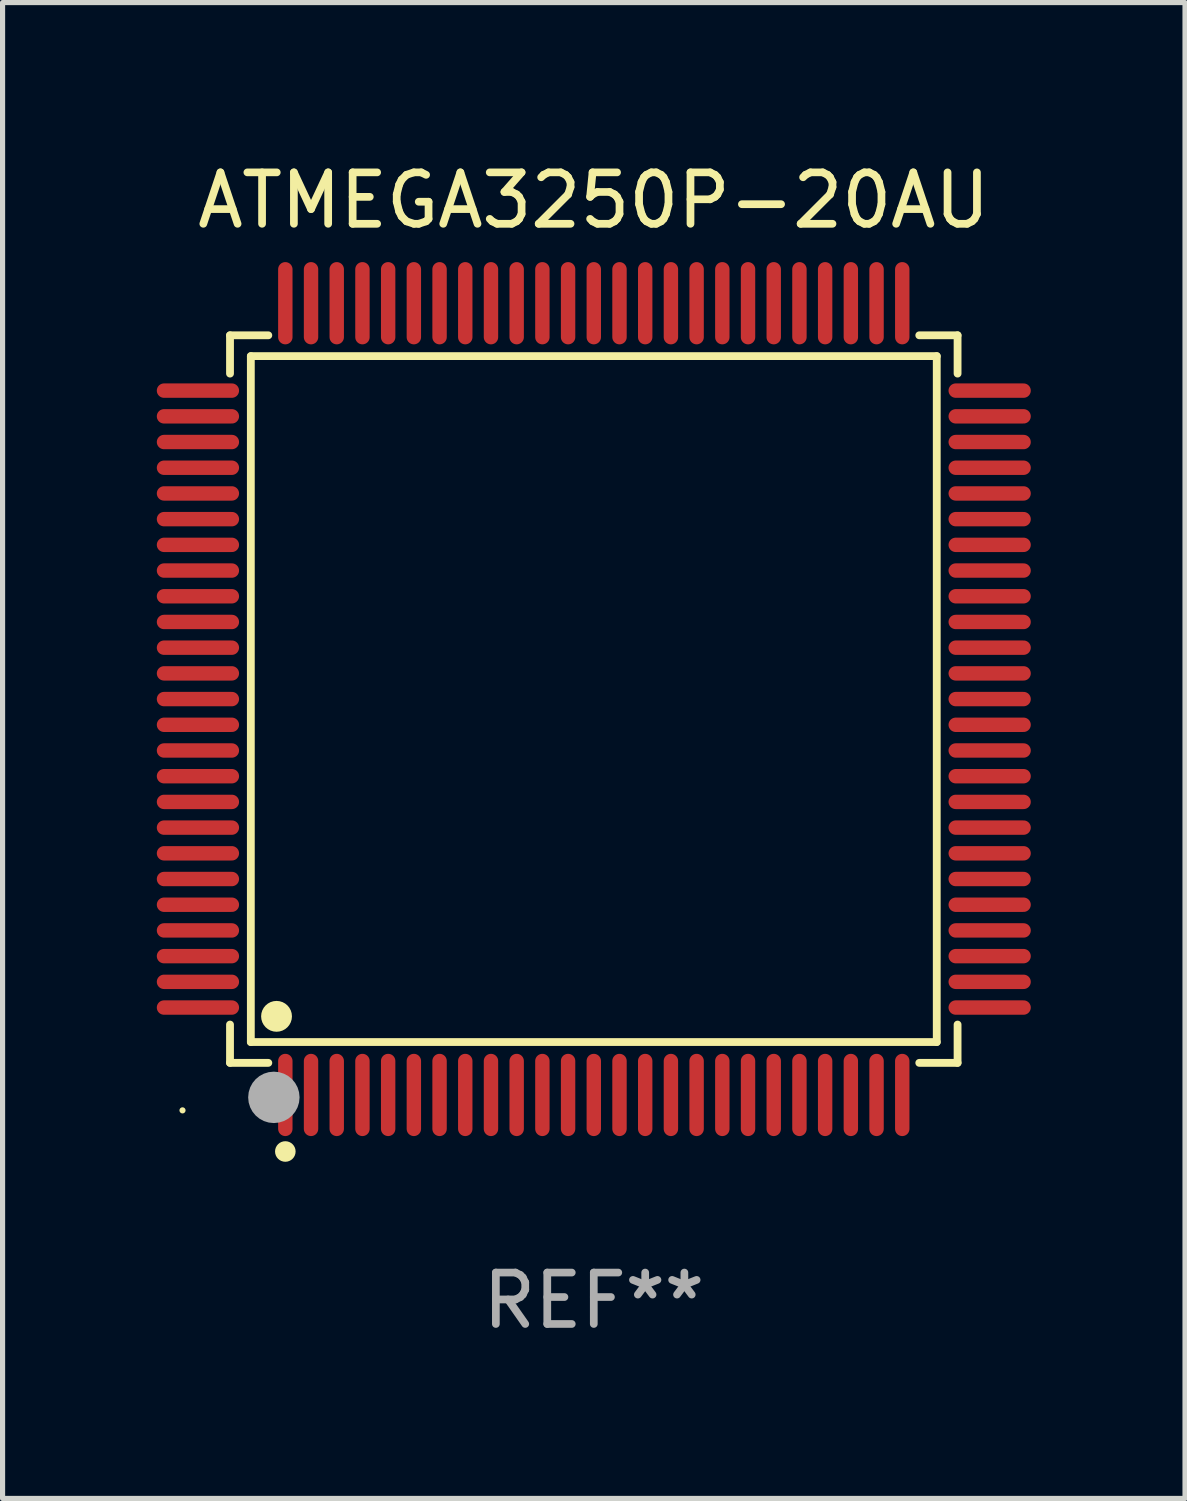
<source format=kicad_pcb>
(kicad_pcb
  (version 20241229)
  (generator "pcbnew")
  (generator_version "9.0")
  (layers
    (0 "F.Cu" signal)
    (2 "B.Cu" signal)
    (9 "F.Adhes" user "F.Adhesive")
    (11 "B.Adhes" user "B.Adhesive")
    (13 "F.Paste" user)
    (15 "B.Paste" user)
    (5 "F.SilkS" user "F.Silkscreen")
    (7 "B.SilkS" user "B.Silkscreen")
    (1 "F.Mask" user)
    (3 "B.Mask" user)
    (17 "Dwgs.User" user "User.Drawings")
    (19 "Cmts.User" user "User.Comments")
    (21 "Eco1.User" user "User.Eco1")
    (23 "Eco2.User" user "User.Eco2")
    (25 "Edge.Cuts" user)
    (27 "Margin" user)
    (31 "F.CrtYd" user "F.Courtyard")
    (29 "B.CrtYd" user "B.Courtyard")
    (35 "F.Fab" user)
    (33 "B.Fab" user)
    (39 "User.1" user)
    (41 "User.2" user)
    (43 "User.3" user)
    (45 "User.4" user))
  (footprint "ATMEGA3250P-20AU"
    (layer "F.Cu")
    (at 8.5 10.548)
    (property "Reference" "ATMEGA3250P-20AU" (at 0 -9.7 0) (layer "F.SilkS") (effects (font (size 1 1) (thickness 0.15))))
    (attr through_hole)
    (fp_line (start -7.076 -7.076) (end -6.331 -7.076) (stroke (width 0.152) (type solid)) (layer "F.SilkS"))
    (fp_line (start -7.076 -6.331) (end -7.076 -7.076) (stroke (width 0.152) (type solid)) (layer "F.SilkS"))
    (fp_line (start -7.076 6.331) (end -7.076 7.076) (stroke (width 0.152) (type solid)) (layer "F.SilkS"))
    (fp_line (start -7.076 7.076) (end -6.331 7.076) (stroke (width 0.152) (type solid)) (layer "F.SilkS"))
    (fp_line (start -6.671 -6.671) (end 6.671 -6.671) (stroke (width 0.152) (type solid)) (layer "F.SilkS"))
    (fp_line (start -6.671 6.671) (end -6.671 -6.671) (stroke (width 0.152) (type solid)) (layer "F.SilkS"))
    (fp_line (start 6.671 -6.671) (end 6.671 6.671) (stroke (width 0.152) (type solid)) (layer "F.SilkS"))
    (fp_line (start 6.671 6.671) (end -6.671 6.671) (stroke (width 0.152) (type solid)) (layer "F.SilkS"))
    (fp_line (start 7.076 -7.076) (end 6.331 -7.076) (stroke (width 0.152) (type solid)) (layer "F.SilkS"))
    (fp_line (start 7.076 -6.331) (end 7.076 -7.076) (stroke (width 0.152) (type solid)) (layer "F.SilkS"))
    (fp_line (start 7.076 6.331) (end 7.076 7.076) (stroke (width 0.152) (type solid)) (layer "F.SilkS"))
    (fp_line (start 7.076 7.076) (end 6.331 7.076) (stroke (width 0.152) (type solid)) (layer "F.SilkS"))
    (fp_circle (center -8 8) (end -7.97 8) (stroke (width 0.06) (type solid)) (fill no) (layer "F.SilkS"))
    (fp_circle (center -6.171 6.171) (end -6.021 6.171) (stroke (width 0.3) (type solid)) (fill no) (layer "F.SilkS"))
    (fp_circle (center -6 8.8) (end -5.9 8.8) (stroke (width 0.2) (type solid)) (fill no) (layer "F.SilkS"))
    (fp_circle (center -6.223 7.747) (end -5.973 7.747) (stroke (width 0.5) (type solid)) (fill no) (layer "F.Fab"))
    (fp_text user "REF**" (at 0 11.7 0) (layer "F.Fab") (effects (font (size 1 1) (thickness 0.15))))
    (pad "1" smd oval (at -6 7.7) (size 0.28 1.6) (layers "F.Cu" "F.Mask" "F.Paste"))
    (pad "2" smd oval (at -5.5 7.7) (size 0.28 1.6) (layers "F.Cu" "F.Mask" "F.Paste"))
    (pad "3" smd oval (at -5 7.7) (size 0.28 1.6) (layers "F.Cu" "F.Mask" "F.Paste"))
    (pad "4" smd oval (at -4.5 7.7) (size 0.28 1.6) (layers "F.Cu" "F.Mask" "F.Paste"))
    (pad "5" smd oval (at -4 7.7) (size 0.28 1.6) (layers "F.Cu" "F.Mask" "F.Paste"))
    (pad "6" smd oval (at -3.5 7.7) (size 0.28 1.6) (layers "F.Cu" "F.Mask" "F.Paste"))
    (pad "7" smd oval (at -3 7.7) (size 0.28 1.6) (layers "F.Cu" "F.Mask" "F.Paste"))
    (pad "8" smd oval (at -2.5 7.7) (size 0.28 1.6) (layers "F.Cu" "F.Mask" "F.Paste"))
    (pad "9" smd oval (at -2 7.7) (size 0.28 1.6) (layers "F.Cu" "F.Mask" "F.Paste"))
    (pad "10" smd oval (at -1.5 7.7) (size 0.28 1.6) (layers "F.Cu" "F.Mask" "F.Paste"))
    (pad "11" smd oval (at -1 7.7) (size 0.28 1.6) (layers "F.Cu" "F.Mask" "F.Paste"))
    (pad "12" smd oval (at -0.5 7.7) (size 0.28 1.6) (layers "F.Cu" "F.Mask" "F.Paste"))
    (pad "13" smd oval (at 0 7.7) (size 0.28 1.6) (layers "F.Cu" "F.Mask" "F.Paste"))
    (pad "14" smd oval (at 0.5 7.7) (size 0.28 1.6) (layers "F.Cu" "F.Mask" "F.Paste"))
    (pad "15" smd oval (at 1 7.7) (size 0.28 1.6) (layers "F.Cu" "F.Mask" "F.Paste"))
    (pad "16" smd oval (at 1.5 7.7) (size 0.28 1.6) (layers "F.Cu" "F.Mask" "F.Paste"))
    (pad "17" smd oval (at 2 7.7) (size 0.28 1.6) (layers "F.Cu" "F.Mask" "F.Paste"))
    (pad "18" smd oval (at 2.5 7.7) (size 0.28 1.6) (layers "F.Cu" "F.Mask" "F.Paste"))
    (pad "19" smd oval (at 3 7.7) (size 0.28 1.6) (layers "F.Cu" "F.Mask" "F.Paste"))
    (pad "20" smd oval (at 3.5 7.7) (size 0.28 1.6) (layers "F.Cu" "F.Mask" "F.Paste"))
    (pad "21" smd oval (at 4 7.7) (size 0.28 1.6) (layers "F.Cu" "F.Mask" "F.Paste"))
    (pad "22" smd oval (at 4.5 7.7) (size 0.28 1.6) (layers "F.Cu" "F.Mask" "F.Paste"))
    (pad "23" smd oval (at 5 7.7) (size 0.28 1.6) (layers "F.Cu" "F.Mask" "F.Paste"))
    (pad "24" smd oval (at 5.5 7.7) (size 0.28 1.6) (layers "F.Cu" "F.Mask" "F.Paste"))
    (pad "25" smd oval (at 6 7.7) (size 0.28 1.6) (layers "F.Cu" "F.Mask" "F.Paste"))
    (pad "26" smd oval (at 7.7 6) (size 1.6 0.28) (layers "F.Cu" "F.Mask" "F.Paste"))
    (pad "27" smd oval (at 7.7 5.5) (size 1.6 0.28) (layers "F.Cu" "F.Mask" "F.Paste"))
    (pad "28" smd oval (at 7.7 5) (size 1.6 0.28) (layers "F.Cu" "F.Mask" "F.Paste"))
    (pad "29" smd oval (at 7.7 4.5) (size 1.6 0.28) (layers "F.Cu" "F.Mask" "F.Paste"))
    (pad "30" smd oval (at 7.7 4) (size 1.6 0.28) (layers "F.Cu" "F.Mask" "F.Paste"))
    (pad "31" smd oval (at 7.7 3.5) (size 1.6 0.28) (layers "F.Cu" "F.Mask" "F.Paste"))
    (pad "32" smd oval (at 7.7 3) (size 1.6 0.28) (layers "F.Cu" "F.Mask" "F.Paste"))
    (pad "33" smd oval (at 7.7 2.5) (size 1.6 0.28) (layers "F.Cu" "F.Mask" "F.Paste"))
    (pad "34" smd oval (at 7.7 2) (size 1.6 0.28) (layers "F.Cu" "F.Mask" "F.Paste"))
    (pad "35" smd oval (at 7.7 1.5) (size 1.6 0.28) (layers "F.Cu" "F.Mask" "F.Paste"))
    (pad "36" smd oval (at 7.7 1) (size 1.6 0.28) (layers "F.Cu" "F.Mask" "F.Paste"))
    (pad "37" smd oval (at 7.7 0.5) (size 1.6 0.28) (layers "F.Cu" "F.Mask" "F.Paste"))
    (pad "38" smd oval (at 7.7 0) (size 1.6 0.28) (layers "F.Cu" "F.Mask" "F.Paste"))
    (pad "39" smd oval (at 7.7 -0.5) (size 1.6 0.28) (layers "F.Cu" "F.Mask" "F.Paste"))
    (pad "40" smd oval (at 7.7 -1) (size 1.6 0.28) (layers "F.Cu" "F.Mask" "F.Paste"))
    (pad "41" smd oval (at 7.7 -1.5) (size 1.6 0.28) (layers "F.Cu" "F.Mask" "F.Paste"))
    (pad "42" smd oval (at 7.7 -2) (size 1.6 0.28) (layers "F.Cu" "F.Mask" "F.Paste"))
    (pad "43" smd oval (at 7.7 -2.5) (size 1.6 0.28) (layers "F.Cu" "F.Mask" "F.Paste"))
    (pad "44" smd oval (at 7.7 -3) (size 1.6 0.28) (layers "F.Cu" "F.Mask" "F.Paste"))
    (pad "45" smd oval (at 7.7 -3.5) (size 1.6 0.28) (layers "F.Cu" "F.Mask" "F.Paste"))
    (pad "46" smd oval (at 7.7 -4) (size 1.6 0.28) (layers "F.Cu" "F.Mask" "F.Paste"))
    (pad "47" smd oval (at 7.7 -4.5) (size 1.6 0.28) (layers "F.Cu" "F.Mask" "F.Paste"))
    (pad "48" smd oval (at 7.7 -5) (size 1.6 0.28) (layers "F.Cu" "F.Mask" "F.Paste"))
    (pad "49" smd oval (at 7.7 -5.5) (size 1.6 0.28) (layers "F.Cu" "F.Mask" "F.Paste"))
    (pad "50" smd oval (at 7.7 -6) (size 1.6 0.28) (layers "F.Cu" "F.Mask" "F.Paste"))
    (pad "51" smd oval (at 6 -7.7) (size 0.28 1.6) (layers "F.Cu" "F.Mask" "F.Paste"))
    (pad "52" smd oval (at 5.5 -7.7) (size 0.28 1.6) (layers "F.Cu" "F.Mask" "F.Paste"))
    (pad "53" smd oval (at 5 -7.7) (size 0.28 1.6) (layers "F.Cu" "F.Mask" "F.Paste"))
    (pad "54" smd oval (at 4.5 -7.7) (size 0.28 1.6) (layers "F.Cu" "F.Mask" "F.Paste"))
    (pad "55" smd oval (at 4 -7.7) (size 0.28 1.6) (layers "F.Cu" "F.Mask" "F.Paste"))
    (pad "56" smd oval (at 3.5 -7.7) (size 0.28 1.6) (layers "F.Cu" "F.Mask" "F.Paste"))
    (pad "57" smd oval (at 3 -7.7) (size 0.28 1.6) (layers "F.Cu" "F.Mask" "F.Paste"))
    (pad "58" smd oval (at 2.5 -7.7) (size 0.28 1.6) (layers "F.Cu" "F.Mask" "F.Paste"))
    (pad "59" smd oval (at 2 -7.7) (size 0.28 1.6) (layers "F.Cu" "F.Mask" "F.Paste"))
    (pad "60" smd oval (at 1.5 -7.7) (size 0.28 1.6) (layers "F.Cu" "F.Mask" "F.Paste"))
    (pad "61" smd oval (at 1 -7.7) (size 0.28 1.6) (layers "F.Cu" "F.Mask" "F.Paste"))
    (pad "62" smd oval (at 0.5 -7.7) (size 0.28 1.6) (layers "F.Cu" "F.Mask" "F.Paste"))
    (pad "63" smd oval (at 0 -7.7) (size 0.28 1.6) (layers "F.Cu" "F.Mask" "F.Paste"))
    (pad "64" smd oval (at -0.5 -7.7) (size 0.28 1.6) (layers "F.Cu" "F.Mask" "F.Paste"))
    (pad "65" smd oval (at -1 -7.7) (size 0.28 1.6) (layers "F.Cu" "F.Mask" "F.Paste"))
    (pad "66" smd oval (at -1.5 -7.7) (size 0.28 1.6) (layers "F.Cu" "F.Mask" "F.Paste"))
    (pad "67" smd oval (at -2 -7.7) (size 0.28 1.6) (layers "F.Cu" "F.Mask" "F.Paste"))
    (pad "68" smd oval (at -2.5 -7.7) (size 0.28 1.6) (layers "F.Cu" "F.Mask" "F.Paste"))
    (pad "69" smd oval (at -3 -7.7) (size 0.28 1.6) (layers "F.Cu" "F.Mask" "F.Paste"))
    (pad "70" smd oval (at -3.5 -7.7) (size 0.28 1.6) (layers "F.Cu" "F.Mask" "F.Paste"))
    (pad "71" smd oval (at -4 -7.7) (size 0.28 1.6) (layers "F.Cu" "F.Mask" "F.Paste"))
    (pad "72" smd oval (at -4.5 -7.7) (size 0.28 1.6) (layers "F.Cu" "F.Mask" "F.Paste"))
    (pad "73" smd oval (at -5 -7.7) (size 0.28 1.6) (layers "F.Cu" "F.Mask" "F.Paste"))
    (pad "74" smd oval (at -5.5 -7.7) (size 0.28 1.6) (layers "F.Cu" "F.Mask" "F.Paste"))
    (pad "75" smd oval (at -6 -7.7) (size 0.28 1.6) (layers "F.Cu" "F.Mask" "F.Paste"))
    (pad "76" smd oval (at -7.7 -6) (size 1.6 0.28) (layers "F.Cu" "F.Mask" "F.Paste"))
    (pad "77" smd oval (at -7.7 -5.5) (size 1.6 0.28) (layers "F.Cu" "F.Mask" "F.Paste"))
    (pad "78" smd oval (at -7.7 -5) (size 1.6 0.28) (layers "F.Cu" "F.Mask" "F.Paste"))
    (pad "79" smd oval (at -7.7 -4.5) (size 1.6 0.28) (layers "F.Cu" "F.Mask" "F.Paste"))
    (pad "80" smd oval (at -7.7 -4) (size 1.6 0.28) (layers "F.Cu" "F.Mask" "F.Paste"))
    (pad "81" smd oval (at -7.7 -3.5) (size 1.6 0.28) (layers "F.Cu" "F.Mask" "F.Paste"))
    (pad "82" smd oval (at -7.7 -3) (size 1.6 0.28) (layers "F.Cu" "F.Mask" "F.Paste"))
    (pad "83" smd oval (at -7.7 -2.5) (size 1.6 0.28) (layers "F.Cu" "F.Mask" "F.Paste"))
    (pad "84" smd oval (at -7.7 -2) (size 1.6 0.28) (layers "F.Cu" "F.Mask" "F.Paste"))
    (pad "85" smd oval (at -7.7 -1.5) (size 1.6 0.28) (layers "F.Cu" "F.Mask" "F.Paste"))
    (pad "86" smd oval (at -7.7 -1) (size 1.6 0.28) (layers "F.Cu" "F.Mask" "F.Paste"))
    (pad "87" smd oval (at -7.7 -0.5) (size 1.6 0.28) (layers "F.Cu" "F.Mask" "F.Paste"))
    (pad "88" smd oval (at -7.7 0) (size 1.6 0.28) (layers "F.Cu" "F.Mask" "F.Paste"))
    (pad "89" smd oval (at -7.7 0.5) (size 1.6 0.28) (layers "F.Cu" "F.Mask" "F.Paste"))
    (pad "90" smd oval (at -7.7 1) (size 1.6 0.28) (layers "F.Cu" "F.Mask" "F.Paste"))
    (pad "91" smd oval (at -7.7 1.5) (size 1.6 0.28) (layers "F.Cu" "F.Mask" "F.Paste"))
    (pad "92" smd oval (at -7.7 2) (size 1.6 0.28) (layers "F.Cu" "F.Mask" "F.Paste"))
    (pad "93" smd oval (at -7.7 2.5) (size 1.6 0.28) (layers "F.Cu" "F.Mask" "F.Paste"))
    (pad "94" smd oval (at -7.7 3) (size 1.6 0.28) (layers "F.Cu" "F.Mask" "F.Paste"))
    (pad "95" smd oval (at -7.7 3.5) (size 1.6 0.28) (layers "F.Cu" "F.Mask" "F.Paste"))
    (pad "96" smd oval (at -7.7 4) (size 1.6 0.28) (layers "F.Cu" "F.Mask" "F.Paste"))
    (pad "97" smd oval (at -7.7 4.5) (size 1.6 0.28) (layers "F.Cu" "F.Mask" "F.Paste"))
    (pad "98" smd oval (at -7.7 5) (size 1.6 0.28) (layers "F.Cu" "F.Mask" "F.Paste"))
    (pad "99" smd oval (at -7.7 5.5) (size 1.6 0.28) (layers "F.Cu" "F.Mask" "F.Paste"))
    (pad "100" smd oval (at -7.7 6) (size 1.6 0.28) (layers "F.Cu" "F.Mask" "F.Paste")))
  (gr_rect
    (start -3 -3)
    (end 20 26.097)
    (stroke (width 0.1) (type default))
    (fill no)
    (layer "Edge.Cuts")))
</source>
